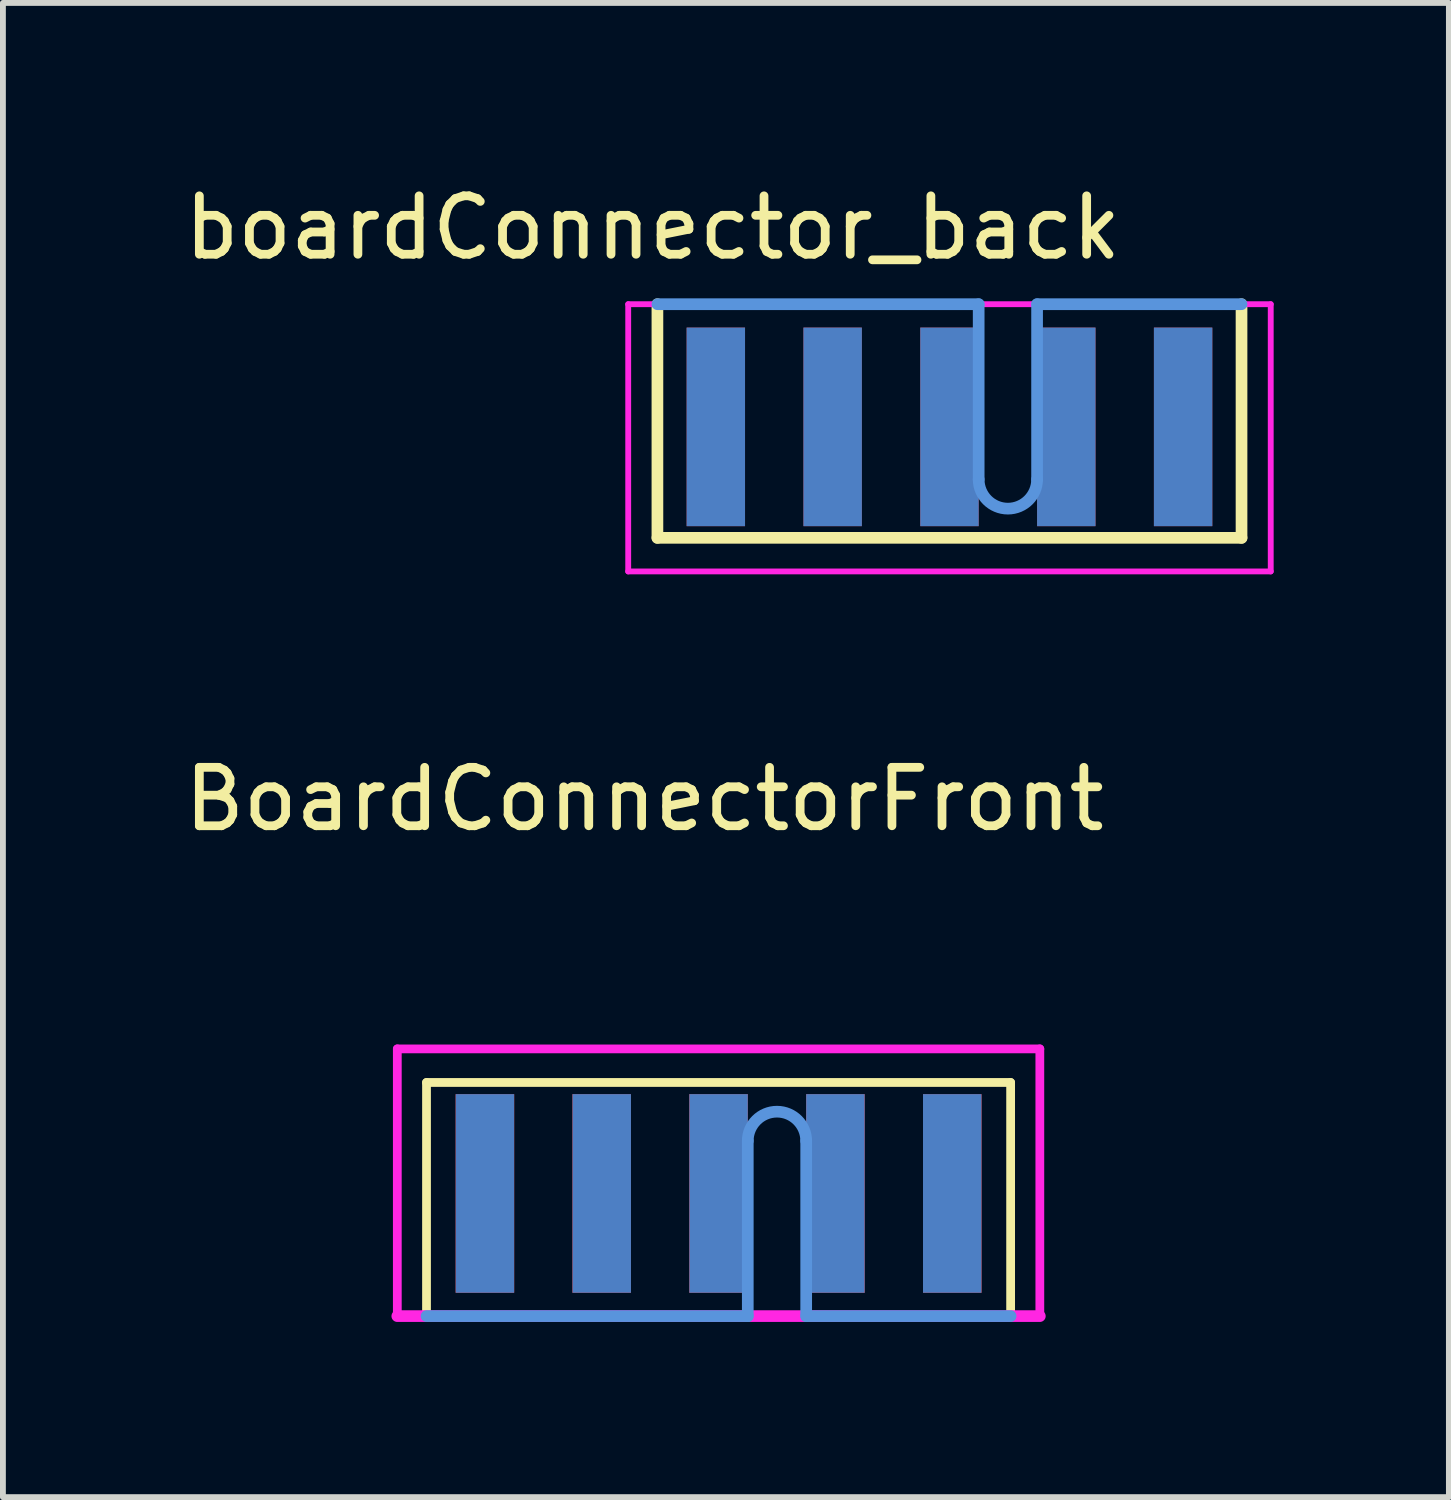
<source format=kicad_pcb>
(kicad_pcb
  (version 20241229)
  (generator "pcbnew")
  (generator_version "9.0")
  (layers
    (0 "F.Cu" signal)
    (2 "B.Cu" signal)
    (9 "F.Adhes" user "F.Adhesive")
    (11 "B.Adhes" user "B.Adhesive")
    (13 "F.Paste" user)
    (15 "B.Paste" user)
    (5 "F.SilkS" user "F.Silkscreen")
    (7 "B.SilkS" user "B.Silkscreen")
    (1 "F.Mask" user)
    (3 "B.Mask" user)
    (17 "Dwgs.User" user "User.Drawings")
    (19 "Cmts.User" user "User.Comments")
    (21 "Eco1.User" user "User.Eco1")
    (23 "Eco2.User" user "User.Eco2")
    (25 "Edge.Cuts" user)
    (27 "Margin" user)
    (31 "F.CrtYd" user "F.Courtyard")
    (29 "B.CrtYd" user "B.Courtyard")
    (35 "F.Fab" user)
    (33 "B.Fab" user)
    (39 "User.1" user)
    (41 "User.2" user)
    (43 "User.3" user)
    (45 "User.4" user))
  (footprint "boardConnector_back"
    (layer "F.Cu")
    (at 13.205 4.658)
    (property "Reference" "boardConnector_back" (at -5.08 -3.81 0) (layer "F.SilkS") (effects (font (size 1 1) (thickness 0.15))))
    (attr through_hole)
    (fp_line (start -5 1.5) (end -5 -2.5) (stroke (width 0.2) (type solid)) (layer "F.SilkS"))
    (fp_line (start 5 -2.5) (end 5 1.5) (stroke (width 0.2) (type solid)) (layer "F.SilkS"))
    (fp_line (start 5 1.5) (end -5 1.5) (stroke (width 0.2) (type solid)) (layer "F.SilkS"))
    (fp_line (start -5 -2.5) (end 0.5 -2.5) (stroke (width 0.2) (type solid)) (layer "Cmts.User"))
    (fp_line (start 0.5 -2.5) (end 0.5 0.5) (stroke (width 0.2) (type solid)) (layer "Cmts.User"))
    (fp_line (start 1.5 -2.5) (end 1.5 0.5) (stroke (width 0.2) (type solid)) (layer "Cmts.User"))
    (fp_line (start 1.5 -2.5) (end 5 -2.5) (stroke (width 0.2) (type solid)) (layer "Cmts.User"))
    (fp_arc (start 1.5 0.5) (mid 1 1) (end 0.5 0.5) (stroke (width 0.2) (type solid)) (layer "Cmts.User"))
    (fp_line (start -5.5 -2.5) (end -5.5 2.075) (stroke (width 0.1) (type solid)) (layer "F.CrtYd"))
    (fp_line (start -5.5 -2.5) (end 5.5 -2.5) (stroke (width 0.1) (type solid)) (layer "F.CrtYd"))
    (fp_line (start -5.5 2.075) (end 5.5 2.075) (stroke (width 0.1) (type solid)) (layer "F.CrtYd"))
    (fp_line (start 5.5 -2.5) (end 5.5 2.075) (stroke (width 0.1) (type solid)) (layer "F.CrtYd"))
    (pad "1" smd rect (at 4 -0.4) (size 1 3.4) (layers "F.Cu" "F.Mask" "F.Paste"))
    (pad "2" smd rect (at 2 -0.4) (size 1 3.4) (layers "F.Cu" "F.Mask" "F.Paste"))
    (pad "3" smd rect (at 0 -0.4) (size 1 3.4) (layers "F.Cu" "F.Mask" "F.Paste"))
    (pad "4" smd rect (at -2 -0.4) (size 1 3.4) (layers "F.Cu" "F.Mask" "F.Paste"))
    (pad "5" smd rect (at -4 -0.4) (size 1 3.4) (layers "F.Cu" "F.Mask" "F.Paste"))
    (pad "6" smd rect (at 4 -0.4) (size 1 3.4) (layers "B.Cu" "B.Mask" "B.Paste"))
    (pad "7" smd rect (at 2 -0.4) (size 1 3.4) (layers "B.Cu" "B.Mask" "B.Paste"))
    (pad "8" smd rect (at 0 -0.4) (size 1 3.4) (layers "B.Cu" "B.Mask" "B.Paste"))
    (pad "9" smd rect (at -2 -0.4) (size 1 3.4) (layers "B.Cu" "B.Mask" "B.Paste"))
    (pad "10" smd rect (at -4 -0.4) (size 1 3.4) (layers "B.Cu" "B.Mask" "B.Paste")))
  (footprint "BoardConnectorFront"
    (layer "F.Cu")
    (at 9.252 16.982)
    (property "Reference" "BoardConnectorFront" (at -1.27 -6.35 0) (layer "F.SilkS") (effects (font (size 1 1) (thickness 0.15))))
    (attr through_hole)
    (fp_line (start -5 2.5) (end -5 -1.5) (stroke (width 0.15) (type solid)) (layer "F.SilkS"))
    (fp_line (start 5 -1.5) (end -5 -1.5) (stroke (width 0.15) (type solid)) (layer "F.SilkS"))
    (fp_line (start 5 -1.5) (end 5 2.5) (stroke (width 0.15) (type solid)) (layer "F.SilkS"))
    (fp_line (start -5 2.5) (end 0.5 2.5) (stroke (width 0.2) (type solid)) (layer "Cmts.User"))
    (fp_line (start 0.5 -0.5) (end 0.5 2.5) (stroke (width 0.2) (type solid)) (layer "Cmts.User"))
    (fp_line (start 1.5 -0.5) (end 1.5 2.5) (stroke (width 0.2) (type solid)) (layer "Cmts.User"))
    (fp_line (start 1.5 2.5) (end 5 2.5) (stroke (width 0.2) (type solid)) (layer "Cmts.User"))
    (fp_arc (start 0.5 -0.5) (mid 1 -1) (end 1.5 -0.5) (stroke (width 0.2) (type solid)) (layer "Cmts.User"))
    (fp_line (start -5.5 -2.075) (end -5.5 2.5) (stroke (width 0.15) (type solid)) (layer "F.CrtYd"))
    (fp_line (start -5.5 -2.075) (end 5.5 -2.075) (stroke (width 0.15) (type solid)) (layer "F.CrtYd"))
    (fp_line (start 5.5 -2.075) (end 5.5 2.5) (stroke (width 0.15) (type solid)) (layer "F.CrtYd"))
    (fp_line (start 5.5 2.5) (end -5.5 2.5) (stroke (width 0.2) (type solid)) (layer "F.CrtYd"))
    (pad "1" smd rect (at 4 0.4) (size 1 3.4) (layers "F.Cu" "F.Mask" "F.Paste"))
    (pad "1" smd rect (at 4 0.4) (size 1 3.4) (layers "F.Cu" "F.Mask" "F.Paste"))
    (pad "2" smd rect (at 2 0.4) (size 1 3.4) (layers "F.Cu" "F.Mask" "F.Paste"))
    (pad "2" smd rect (at 2 0.4) (size 1 3.4) (layers "F.Cu" "F.Mask" "F.Paste"))
    (pad "3" smd rect (at 0 0.4) (size 1 3.4) (layers "F.Cu" "F.Mask" "F.Paste"))
    (pad "3" smd rect (at 0 0.4) (size 1 3.4) (layers "F.Cu" "F.Mask" "F.Paste"))
    (pad "4" smd rect (at -2 0.4) (size 1 3.4) (layers "F.Cu" "F.Mask" "F.Paste"))
    (pad "4" smd rect (at -2 0.4) (size 1 3.4) (layers "F.Cu" "F.Mask" "F.Paste"))
    (pad "5" smd rect (at -4 0.4) (size 1 3.4) (layers "F.Cu" "F.Mask" "F.Paste"))
    (pad "5" smd rect (at -4 0.4) (size 1 3.4) (layers "F.Cu" "F.Mask" "F.Paste"))
    (pad "6" smd rect (at 4 0.4) (size 1 3.4) (layers "B.Cu" "B.Mask" "B.Paste"))
    (pad "7" smd rect (at 2 0.4) (size 1 3.4) (layers "B.Cu" "B.Mask" "B.Paste"))
    (pad "8" smd rect (at 0 0.4) (size 1 3.4) (layers "B.Cu" "B.Mask" "B.Paste"))
    (pad "9" smd rect (at -2 0.4) (size 1 3.4) (layers "B.Cu" "B.Mask" "B.Paste"))
    (pad "10" smd rect (at -4 0.4) (size 1 3.4) (layers "B.Cu" "B.Mask" "B.Paste")))
  (gr_rect
    (start -3 -3)
    (end 21.755 22.581)
    (stroke (width 0.1) (type default))
    (fill no)
    (layer "Edge.Cuts")))
</source>
